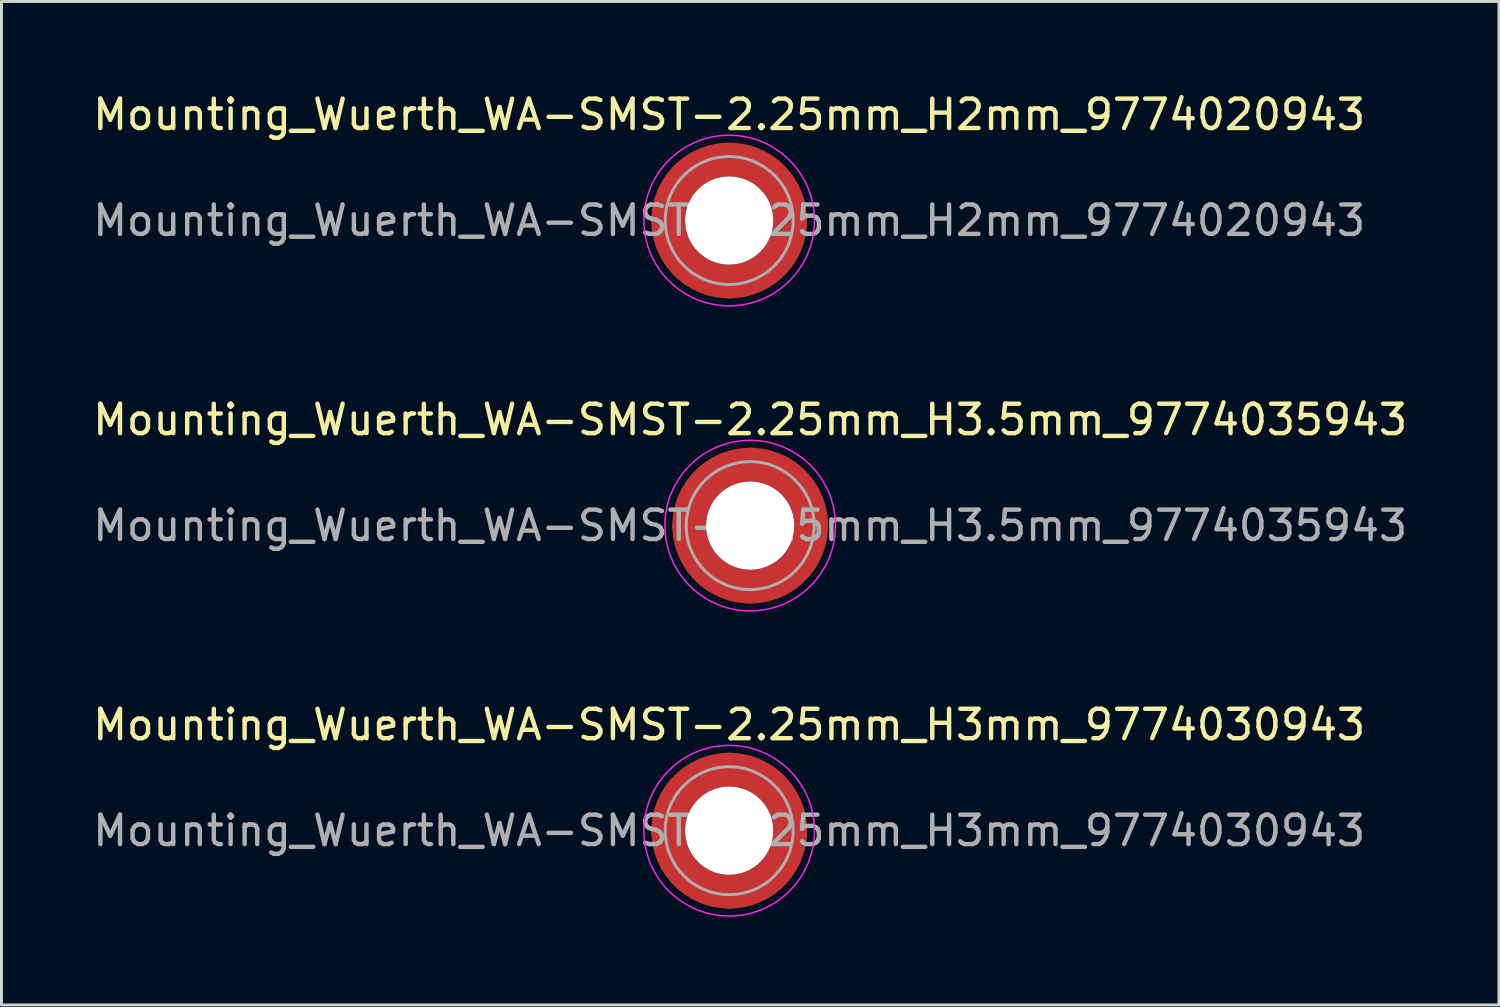
<source format=kicad_pcb>
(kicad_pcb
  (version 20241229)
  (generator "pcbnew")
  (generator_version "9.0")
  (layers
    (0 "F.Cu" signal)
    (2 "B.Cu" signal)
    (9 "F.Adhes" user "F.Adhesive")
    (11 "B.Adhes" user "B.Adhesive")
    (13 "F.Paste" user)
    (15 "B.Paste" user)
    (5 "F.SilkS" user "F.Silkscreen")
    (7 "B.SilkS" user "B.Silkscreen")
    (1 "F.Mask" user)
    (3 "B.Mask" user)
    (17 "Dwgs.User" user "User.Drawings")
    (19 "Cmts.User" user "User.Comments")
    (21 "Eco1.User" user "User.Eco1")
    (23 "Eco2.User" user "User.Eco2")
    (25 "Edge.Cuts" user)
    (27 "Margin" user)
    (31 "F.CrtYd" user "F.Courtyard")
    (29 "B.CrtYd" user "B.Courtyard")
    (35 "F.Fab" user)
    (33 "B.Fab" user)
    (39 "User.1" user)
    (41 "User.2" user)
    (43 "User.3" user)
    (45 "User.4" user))
  (footprint "Mounting_Wuerth_WA-SMST-2.25mm_H3.5mm_9774035943"
    (layer "F.Cu")
    (at 22.458 14.822)
    (property "Reference" "Mounting_Wuerth_WA-SMST-2.25mm_H3.5mm_9774035943" (at 0 -3.6 0) (layer "F.SilkS") (effects (font (size 1 1) (thickness 0.15))))
    (attr smd)
    (fp_circle (center 0 0) (end 2.9 0) (stroke (width 0.05) (type solid)) (fill no) (layer "F.CrtYd"))
    (fp_circle (center 0 0) (end 2.175 0) (stroke (width 0.1) (type solid)) (fill no) (layer "F.Fab"))
    (fp_text user "${REFERENCE}" (at 0 0 0) (layer "F.Fab") (effects (font (size 1 1) (thickness 0.15))))
    (pad "" smd custom (at -1.453 -1.453) (size 1.01 1.01) (layers "F.Paste") (options (anchor circle)) (primitives (gr_arc (start -0.262632 0.900604) (mid 0.178544 0.178544) (end 0.900604 -0.262632) (width 0.505)) (gr_arc (start -0.526231 0.900604) (mid 0 0) (end 0.900604 -0.526231) (width 0.505)) (gr_arc (start -0.787275 0.900604) (mid -0.178545 -0.178545) (end 0.900604 -0.787275) (width 0.505)) (gr_line (start 0.901 -0.263) (end 0.901 -0.787) (width 0.505)) (gr_line (start -0.263 0.901) (end -0.787 0.901) (width 0.505))))
    (pad "" smd custom (at -1.453 1.453) (size 1.01 1.01) (layers "F.Paste") (options (anchor circle)) (primitives (gr_arc (start 0.900604 0.262632) (mid 0.178544 -0.178544) (end -0.262632 -0.900604) (width 0.505)) (gr_arc (start 0.900604 0.526231) (mid 0 0) (end -0.526231 -0.900604) (width 0.505)) (gr_arc (start 0.900604 0.787275) (mid -0.178545 0.178545) (end -0.787275 -0.900604) (width 0.505)) (gr_line (start -0.263 -0.901) (end -0.787 -0.901) (width 0.505)) (gr_line (start 0.901 0.263) (end 0.901 0.787) (width 0.505))))
    (pad "" np_thru_hole circle (at 0 0) (size 3 3) (drill 3) (layers "*.Cu" "*.Mask"))
    (pad "" smd custom (at 1.453 -1.453) (size 1.01 1.01) (layers "F.Paste") (options (anchor circle)) (primitives (gr_arc (start -0.900604 -0.262632) (mid -0.178544 0.178544) (end 0.262632 0.900604) (width 0.505)) (gr_arc (start -0.900604 -0.526231) (mid 0 0) (end 0.526231 0.900604) (width 0.505)) (gr_arc (start -0.900604 -0.787275) (mid 0.178545 -0.178545) (end 0.787275 0.900604) (width 0.505)) (gr_line (start 0.263 0.901) (end 0.787 0.901) (width 0.505)) (gr_line (start -0.901 -0.263) (end -0.901 -0.787) (width 0.505))))
    (pad "" smd custom (at 1.453 1.453) (size 1.01 1.01) (layers "F.Paste") (options (anchor circle)) (primitives (gr_arc (start 0.262632 -0.900604) (mid -0.178544 -0.178544) (end -0.900604 0.262632) (width 0.505)) (gr_arc (start 0.526231 -0.900604) (mid 0 0) (end -0.900604 0.526231) (width 0.505)) (gr_arc (start 0.787275 -0.900604) (mid 0.178545 0.178545) (end -0.900604 0.787275) (width 0.505)) (gr_line (start -0.901 0.263) (end -0.901 0.787) (width 0.505)) (gr_line (start 0.263 -0.901) (end 0.787 -0.901) (width 0.505))))
    (pad "1" smd circle (at -2.075 0) (size 1.15 1.15) (layers "F.Cu"))
    (pad "1" smd circle (at 0 -2.075) (size 1.15 1.15) (layers "F.Cu"))
    (pad "1" smd circle (at 0 2.075) (size 1.15 1.15) (layers "F.Cu"))
    (pad "1" smd custom (at 2.075 0) (size 1.15 1.15) (layers "F.Cu" "F.Mask") (options (anchor circle)) (primitives (gr_circle (center -2.075 0) (end 0 0) (width 1.15) (fill no)))))
  (footprint "Mounting_Wuerth_WA-SMST-2.25mm_H2mm_9774020943"
    (layer "F.Cu")
    (at 21.744 4.448)
    (property "Reference" "Mounting_Wuerth_WA-SMST-2.25mm_H2mm_9774020943" (at 0 -3.6 0) (layer "F.SilkS") (effects (font (size 1 1) (thickness 0.15))))
    (attr smd)
    (fp_circle (center 0 0) (end 2.9 0) (stroke (width 0.05) (type solid)) (fill no) (layer "F.CrtYd"))
    (fp_circle (center 0 0) (end 2.175 0) (stroke (width 0.1) (type solid)) (fill no) (layer "F.Fab"))
    (fp_text user "${REFERENCE}" (at 0 0 0) (layer "F.Fab") (effects (font (size 1 1) (thickness 0.15))))
    (pad "" smd custom (at -1.453 -1.453) (size 1.01 1.01) (layers "F.Paste") (options (anchor circle)) (primitives (gr_arc (start -0.262632 0.900604) (mid 0.178544 0.178544) (end 0.900604 -0.262632) (width 0.505)) (gr_arc (start -0.526231 0.900604) (mid 0 0) (end 0.900604 -0.526231) (width 0.505)) (gr_arc (start -0.787275 0.900604) (mid -0.178545 -0.178545) (end 0.900604 -0.787275) (width 0.505)) (gr_line (start 0.901 -0.263) (end 0.901 -0.787) (width 0.505)) (gr_line (start -0.263 0.901) (end -0.787 0.901) (width 0.505))))
    (pad "" smd custom (at -1.453 1.453) (size 1.01 1.01) (layers "F.Paste") (options (anchor circle)) (primitives (gr_arc (start 0.900604 0.262632) (mid 0.178544 -0.178544) (end -0.262632 -0.900604) (width 0.505)) (gr_arc (start 0.900604 0.526231) (mid 0 0) (end -0.526231 -0.900604) (width 0.505)) (gr_arc (start 0.900604 0.787275) (mid -0.178545 0.178545) (end -0.787275 -0.900604) (width 0.505)) (gr_line (start -0.263 -0.901) (end -0.787 -0.901) (width 0.505)) (gr_line (start 0.901 0.263) (end 0.901 0.787) (width 0.505))))
    (pad "" np_thru_hole circle (at 0 0) (size 3 3) (drill 3) (layers "*.Cu" "*.Mask"))
    (pad "" smd custom (at 1.453 -1.453) (size 1.01 1.01) (layers "F.Paste") (options (anchor circle)) (primitives (gr_arc (start -0.900604 -0.262632) (mid -0.178544 0.178544) (end 0.262632 0.900604) (width 0.505)) (gr_arc (start -0.900604 -0.526231) (mid 0 0) (end 0.526231 0.900604) (width 0.505)) (gr_arc (start -0.900604 -0.787275) (mid 0.178545 -0.178545) (end 0.787275 0.900604) (width 0.505)) (gr_line (start 0.263 0.901) (end 0.787 0.901) (width 0.505)) (gr_line (start -0.901 -0.263) (end -0.901 -0.787) (width 0.505))))
    (pad "" smd custom (at 1.453 1.453) (size 1.01 1.01) (layers "F.Paste") (options (anchor circle)) (primitives (gr_arc (start 0.262632 -0.900604) (mid -0.178544 -0.178544) (end -0.900604 0.262632) (width 0.505)) (gr_arc (start 0.526231 -0.900604) (mid 0 0) (end -0.900604 0.526231) (width 0.505)) (gr_arc (start 0.787275 -0.900604) (mid 0.178545 0.178545) (end -0.900604 0.787275) (width 0.505)) (gr_line (start -0.901 0.263) (end -0.901 0.787) (width 0.505)) (gr_line (start 0.263 -0.901) (end 0.787 -0.901) (width 0.505))))
    (pad "1" smd circle (at -2.075 0) (size 1.15 1.15) (layers "F.Cu"))
    (pad "1" smd circle (at 0 -2.075) (size 1.15 1.15) (layers "F.Cu"))
    (pad "1" smd circle (at 0 2.075) (size 1.15 1.15) (layers "F.Cu"))
    (pad "1" smd custom (at 2.075 0) (size 1.15 1.15) (layers "F.Cu" "F.Mask") (options (anchor circle)) (primitives (gr_circle (center -2.075 0) (end 0 0) (width 1.15) (fill no)))))
  (footprint "Mounting_Wuerth_WA-SMST-2.25mm_H3mm_9774030943"
    (layer "F.Cu")
    (at 21.744 25.195)
    (property "Reference" "Mounting_Wuerth_WA-SMST-2.25mm_H3mm_9774030943" (at 0 -3.6 0) (layer "F.SilkS") (effects (font (size 1 1) (thickness 0.15))))
    (attr smd)
    (fp_circle (center 0 0) (end 2.9 0) (stroke (width 0.05) (type solid)) (fill no) (layer "F.CrtYd"))
    (fp_circle (center 0 0) (end 2.175 0) (stroke (width 0.1) (type solid)) (fill no) (layer "F.Fab"))
    (fp_text user "${REFERENCE}" (at 0 0 0) (layer "F.Fab") (effects (font (size 1 1) (thickness 0.15))))
    (pad "" smd custom (at -1.453 -1.453) (size 0.505 0.505) (layers "F.Paste") (options (anchor circle)) (primitives (gr_arc (start -0.147677 1.053104) (mid 0.286378 0.286378) (end 1.053104 -0.147677) (width 0.2)) (gr_arc (start -0.240295 1.053104) (mid 0.222738 0.222738) (end 1.053104 -0.240295) (width 0.2)) (gr_arc (start -0.332645 1.053104) (mid 0.159099 0.159099) (end 1.053104 -0.332645) (width 0.2)) (gr_arc (start -0.424767 1.053104) (mid 0.095459 0.095459) (end 1.053104 -0.424767) (width 0.2)) (gr_arc (start -0.516693 1.053104) (mid 0.031819 0.031819) (end 1.053104 -0.516693) (width 0.2)) (gr_arc (start -0.608448 1.053104) (mid -0.03182 -0.03182) (end 1.053104 -0.608448) (width 0.2)) (gr_arc (start -0.700056 1.053104) (mid -0.09546 -0.09546) (end 1.053104 -0.700056) (width 0.2)) (gr_arc (start -0.791534 1.053104) (mid -0.159099 -0.159099) (end 1.053104 -0.791534) (width 0.2)) (gr_arc (start -0.882896 1.053104) (mid -0.222738 -0.222738) (end 1.053104 -0.882896) (width 0.2)) (gr_arc (start -0.974157 1.053104) (mid -0.286378 -0.286378) (end 1.053104 -0.974157) (width 0.2)) (gr_line (start 1.053 -0.148) (end 1.053 -0.974) (width 0.2)) (gr_line (start -0.148 1.053) (end -0.974 1.053) (width 0.2))))
    (pad "" smd custom (at -1.453 1.453) (size 0.505 0.505) (layers "F.Paste") (options (anchor circle)) (primitives (gr_arc (start 1.053104 0.147677) (mid 0.286378 -0.286378) (end -0.147677 -1.053104) (width 0.2)) (gr_arc (start 1.053104 0.240295) (mid 0.222738 -0.222738) (end -0.240295 -1.053104) (width 0.2)) (gr_arc (start 1.053104 0.332645) (mid 0.159099 -0.159099) (end -0.332645 -1.053104) (width 0.2)) (gr_arc (start 1.053104 0.424767) (mid 0.095459 -0.095459) (end -0.424767 -1.053104) (width 0.2)) (gr_arc (start 1.053104 0.516693) (mid 0.031819 -0.031819) (end -0.516693 -1.053104) (width 0.2)) (gr_arc (start 1.053104 0.608448) (mid -0.03182 0.03182) (end -0.608448 -1.053104) (width 0.2)) (gr_arc (start 1.053104 0.700056) (mid -0.09546 0.09546) (end -0.700056 -1.053104) (width 0.2)) (gr_arc (start 1.053104 0.791534) (mid -0.159099 0.159099) (end -0.791534 -1.053104) (width 0.2)) (gr_arc (start 1.053104 0.882896) (mid -0.222738 0.222738) (end -0.882896 -1.053104) (width 0.2)) (gr_arc (start 1.053104 0.974157) (mid -0.286378 0.286378) (end -0.974157 -1.053104) (width 0.2)) (gr_line (start -0.148 -1.053) (end -0.974 -1.053) (width 0.2)) (gr_line (start 1.053 0.148) (end 1.053 0.974) (width 0.2))))
    (pad "" np_thru_hole circle (at 0 0) (size 3 3) (drill 3) (layers "*.Cu" "*.Mask"))
    (pad "" smd custom (at 1.453 -1.453) (size 0.505 0.505) (layers "F.Paste") (options (anchor circle)) (primitives (gr_arc (start -1.053104 -0.147677) (mid -0.286378 0.286378) (end 0.147677 1.053104) (width 0.2)) (gr_arc (start -1.053104 -0.240295) (mid -0.222738 0.222738) (end 0.240295 1.053104) (width 0.2)) (gr_arc (start -1.053104 -0.332645) (mid -0.159099 0.159099) (end 0.332645 1.053104) (width 0.2)) (gr_arc (start -1.053104 -0.424767) (mid -0.095459 0.095459) (end 0.424767 1.053104) (width 0.2)) (gr_arc (start -1.053104 -0.516693) (mid -0.031819 0.031819) (end 0.516693 1.053104) (width 0.2)) (gr_arc (start -1.053104 -0.608448) (mid 0.03182 -0.03182) (end 0.608448 1.053104) (width 0.2)) (gr_arc (start -1.053104 -0.700056) (mid 0.09546 -0.09546) (end 0.700056 1.053104) (width 0.2)) (gr_arc (start -1.053104 -0.791534) (mid 0.159099 -0.159099) (end 0.791534 1.053104) (width 0.2)) (gr_arc (start -1.053104 -0.882896) (mid 0.222738 -0.222738) (end 0.882896 1.053104) (width 0.2)) (gr_arc (start -1.053104 -0.974157) (mid 0.286378 -0.286378) (end 0.974157 1.053104) (width 0.2)) (gr_line (start 0.148 1.053) (end 0.974 1.053) (width 0.2)) (gr_line (start -1.053 -0.148) (end -1.053 -0.974) (width 0.2))))
    (pad "" smd custom (at 1.453 1.453) (size 0.505 0.505) (layers "F.Paste") (options (anchor circle)) (primitives (gr_arc (start 0.147677 -1.053104) (mid -0.286378 -0.286378) (end -1.053104 0.147677) (width 0.2)) (gr_arc (start 0.240295 -1.053104) (mid -0.222738 -0.222738) (end -1.053104 0.240295) (width 0.2)) (gr_arc (start 0.332645 -1.053104) (mid -0.159099 -0.159099) (end -1.053104 0.332645) (width 0.2)) (gr_arc (start 0.424767 -1.053104) (mid -0.095459 -0.095459) (end -1.053104 0.424767) (width 0.2)) (gr_arc (start 0.516693 -1.053104) (mid -0.031819 -0.031819) (end -1.053104 0.516693) (width 0.2)) (gr_arc (start 0.608448 -1.053104) (mid 0.03182 0.03182) (end -1.053104 0.608448) (width 0.2)) (gr_arc (start 0.700056 -1.053104) (mid 0.09546 0.09546) (end -1.053104 0.700056) (width 0.2)) (gr_arc (start 0.791534 -1.053104) (mid 0.159099 0.159099) (end -1.053104 0.791534) (width 0.2)) (gr_arc (start 0.882896 -1.053104) (mid 0.222738 0.222738) (end -1.053104 0.882896) (width 0.2)) (gr_arc (start 0.974157 -1.053104) (mid 0.286378 0.286378) (end -1.053104 0.974157) (width 0.2)) (gr_line (start -1.053 0.148) (end -1.053 0.974) (width 0.2)) (gr_line (start 0.148 -1.053) (end 0.974 -1.053) (width 0.2))))
    (pad "1" smd circle (at -2.075 0) (size 1.15 1.15) (layers "F.Cu"))
    (pad "1" smd circle (at 0 -2.075) (size 1.15 1.15) (layers "F.Cu"))
    (pad "1" smd circle (at 0 2.075) (size 1.15 1.15) (layers "F.Cu"))
    (pad "1" smd custom (at 2.075 0) (size 1.15 1.15) (layers "F.Cu" "F.Mask") (options (anchor circle)) (primitives (gr_circle (center -2.075 0) (end 0 0) (width 1.15) (fill no)))))
  (gr_rect
    (start -3 -3)
    (end 47.917 31.12)
    (stroke (width 0.1) (type default))
    (fill no)
    (layer "Edge.Cuts")))
</source>
